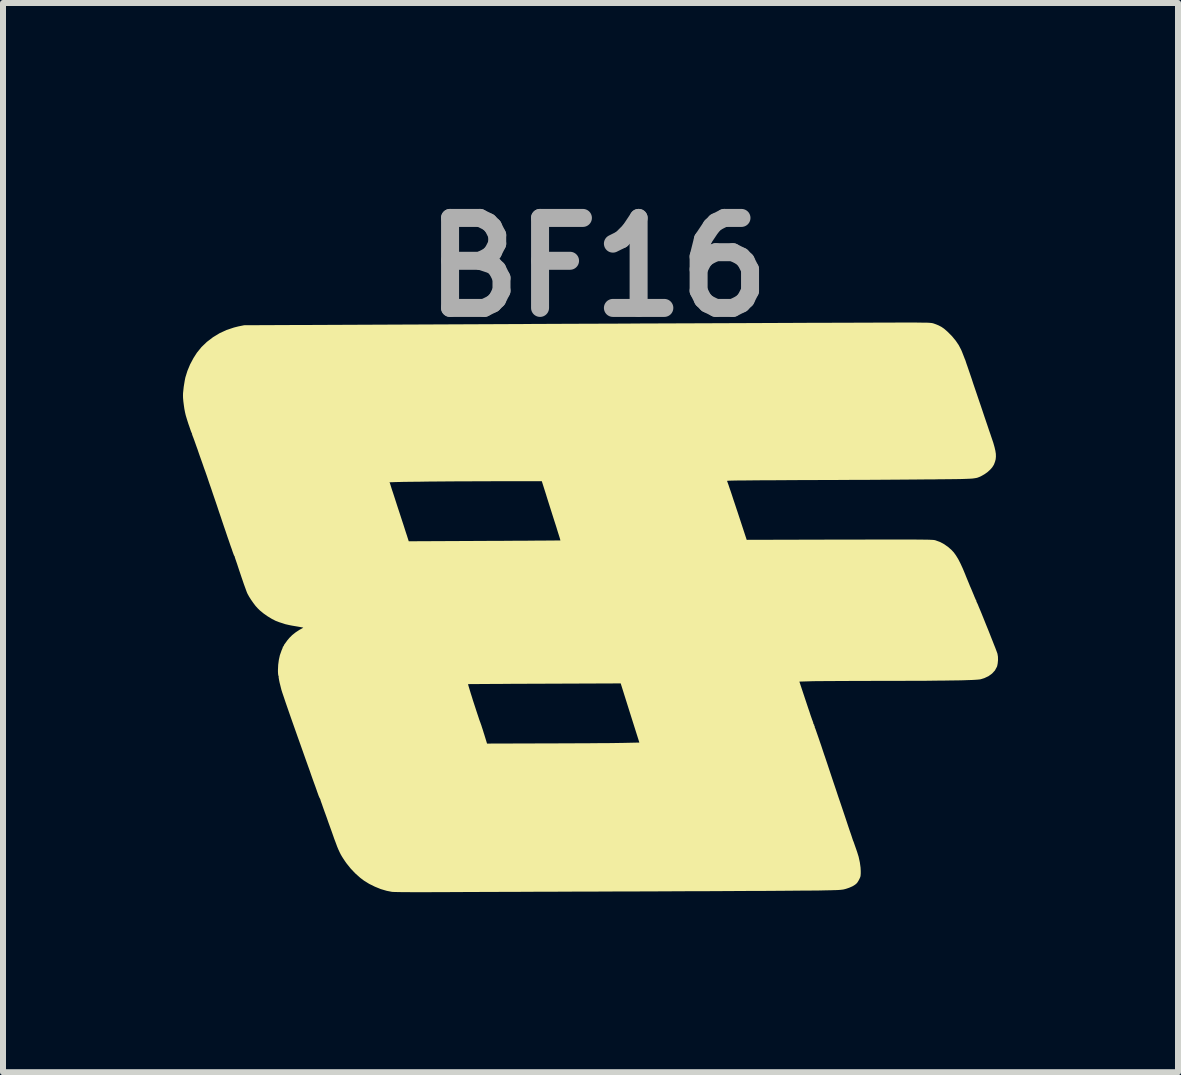
<source format=kicad_pcb>
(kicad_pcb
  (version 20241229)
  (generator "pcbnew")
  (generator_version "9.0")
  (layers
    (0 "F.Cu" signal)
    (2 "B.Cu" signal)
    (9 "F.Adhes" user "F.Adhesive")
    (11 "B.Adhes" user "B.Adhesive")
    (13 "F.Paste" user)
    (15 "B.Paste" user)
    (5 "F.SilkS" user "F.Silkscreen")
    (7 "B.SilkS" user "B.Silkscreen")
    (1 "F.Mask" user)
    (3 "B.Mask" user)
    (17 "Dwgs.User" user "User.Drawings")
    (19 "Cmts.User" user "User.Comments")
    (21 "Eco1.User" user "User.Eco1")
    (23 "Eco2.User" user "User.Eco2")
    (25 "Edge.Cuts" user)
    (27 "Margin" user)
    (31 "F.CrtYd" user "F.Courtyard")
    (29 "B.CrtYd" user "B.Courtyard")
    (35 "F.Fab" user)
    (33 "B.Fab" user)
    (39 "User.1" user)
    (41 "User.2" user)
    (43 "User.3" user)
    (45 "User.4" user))
  (footprint "BF16"
    (layer "F.Cu")
    (at 6.926 7.204)
    (property "Reference" "BF16" (at -0.01 -5.8 0) (layer "F.Fab") (effects (font (size 1.5 1.5) (thickness 0.3))))
    (attr board_only exclude_from_pos_files exclude_from_bom)
    (fp_poly (pts (xy 5.245 -4.878) (xy 5.266 -4.878) (xy 5.341 -4.877) (xy 5.402 -4.876) (xy 5.451 -4.876) (xy 5.489 -4.875) (xy 5.519 -4.873) (xy 5.542 -4.871) (xy 5.56 -4.869) (xy 5.575 -4.865) (xy 5.59 -4.861) (xy 5.605 -4.855) (xy 5.609 -4.854) (xy 5.667 -4.831) (xy 5.715 -4.806) (xy 5.759 -4.776) (xy 5.805 -4.736) (xy 5.821 -4.722) (xy 5.895 -4.647) (xy 5.955 -4.574) (xy 6.005 -4.5) (xy 6.045 -4.423) (xy 6.061 -4.385) (xy 6.073 -4.354) (xy 6.084 -4.326) (xy 6.091 -4.308) (xy 6.098 -4.29) (xy 6.102 -4.28) (xy 6.102 -4.279) (xy 6.106 -4.269) (xy 6.109 -4.263) (xy 6.113 -4.254) (xy 6.121 -4.23) (xy 6.133 -4.193) (xy 6.15 -4.145) (xy 6.17 -4.086) (xy 6.193 -4.019) (xy 6.219 -3.943) (xy 6.246 -3.86) (xy 6.276 -3.772) (xy 6.305 -3.687) (xy 6.338 -3.589) (xy 6.371 -3.493) (xy 6.403 -3.398) (xy 6.433 -3.308) (xy 6.462 -3.223) (xy 6.488 -3.146) (xy 6.511 -3.077) (xy 6.531 -3.02) (xy 6.546 -2.975) (xy 6.553 -2.955) (xy 6.581 -2.872) (xy 6.601 -2.801) (xy 6.615 -2.741) (xy 6.623 -2.689) (xy 6.624 -2.642) (xy 6.62 -2.599) (xy 6.609 -2.558) (xy 6.593 -2.515) (xy 6.587 -2.503) (xy 6.563 -2.465) (xy 6.528 -2.425) (xy 6.484 -2.385) (xy 6.436 -2.351) (xy 6.398 -2.329) (xy 6.378 -2.318) (xy 6.36 -2.309) (xy 6.342 -2.302) (xy 6.325 -2.295) (xy 6.306 -2.289) (xy 6.284 -2.285) (xy 6.258 -2.281) (xy 6.228 -2.277) (xy 6.19 -2.275) (xy 6.146 -2.273) (xy 6.093 -2.271) (xy 6.029 -2.269) (xy 5.955 -2.268) (xy 5.869 -2.267) (xy 5.768 -2.266) (xy 5.653 -2.265) (xy 5.623 -2.264) (xy 5.546 -2.263) (xy 5.454 -2.263) (xy 5.348 -2.262) (xy 5.231 -2.261) (xy 5.102 -2.26) (xy 4.964 -2.259) (xy 4.818 -2.258) (xy 4.665 -2.257) (xy 4.507 -2.256) (xy 4.345 -2.256) (xy 4.18 -2.255) (xy 4.014 -2.254) (xy 3.848 -2.253) (xy 3.683 -2.253) (xy 3.571 -2.252) (xy 3.379 -2.252) (xy 3.204 -2.251) (xy 3.043 -2.25) (xy 2.898 -2.249) (xy 2.767 -2.249) (xy 2.65 -2.248) (xy 2.546 -2.247) (xy 2.456 -2.246) (xy 2.377 -2.246) (xy 2.311 -2.245) (xy 2.257 -2.244) (xy 2.214 -2.243) (xy 2.181 -2.242) (xy 2.158 -2.241) (xy 2.146 -2.239) (xy 2.142 -2.238) (xy 2.146 -2.229) (xy 2.154 -2.206) (xy 2.167 -2.17) (xy 2.183 -2.122) (xy 2.203 -2.065) (xy 2.225 -1.999) (xy 2.249 -1.925) (xy 2.276 -1.845) (xy 2.304 -1.76) (xy 2.31 -1.743) (xy 2.47 -1.256) (xy 4.018 -1.26) (xy 4.204 -1.26) (xy 4.375 -1.26) (xy 4.531 -1.261) (xy 4.673 -1.261) (xy 4.802 -1.261) (xy 4.917 -1.261) (xy 5.021 -1.261) (xy 5.113 -1.261) (xy 5.195 -1.261) (xy 5.267 -1.261) (xy 5.33 -1.26) (xy 5.384 -1.26) (xy 5.43 -1.259) (xy 5.469 -1.259) (xy 5.502 -1.258) (xy 5.529 -1.257) (xy 5.551 -1.256) (xy 5.569 -1.255) (xy 5.583 -1.254) (xy 5.594 -1.253) (xy 5.603 -1.251) (xy 5.611 -1.249) (xy 5.618 -1.248) (xy 5.619 -1.247) (xy 5.693 -1.22) (xy 5.762 -1.183) (xy 5.831 -1.134) (xy 5.886 -1.085) (xy 5.922 -1.046) (xy 5.958 -0.996) (xy 5.995 -0.936) (xy 6.033 -0.862) (xy 6.073 -0.775) (xy 6.115 -0.674) (xy 6.121 -0.658) (xy 6.141 -0.609) (xy 6.16 -0.563) (xy 6.177 -0.522) (xy 6.19 -0.489) (xy 6.198 -0.471) (xy 6.21 -0.444) (xy 6.225 -0.408) (xy 6.242 -0.367) (xy 6.253 -0.341) (xy 6.267 -0.306) (xy 6.28 -0.276) (xy 6.29 -0.254) (xy 6.295 -0.246) (xy 6.3 -0.237) (xy 6.298 -0.235) (xy 6.298 -0.23) (xy 6.304 -0.217) (xy 6.31 -0.205) (xy 6.322 -0.18) (xy 6.337 -0.142) (xy 6.357 -0.095) (xy 6.38 -0.04) (xy 6.405 0.022) (xy 6.432 0.089) (xy 6.46 0.159) (xy 6.489 0.23) (xy 6.517 0.3) (xy 6.544 0.369) (xy 6.57 0.434) (xy 6.593 0.493) (xy 6.614 0.545) (xy 6.63 0.588) (xy 6.642 0.62) (xy 6.649 0.64) (xy 6.65 0.644) (xy 6.658 0.693) (xy 6.659 0.748) (xy 6.654 0.802) (xy 6.645 0.848) (xy 6.639 0.863) (xy 6.607 0.922) (xy 6.56 0.973) (xy 6.501 1.016) (xy 6.431 1.049) (xy 6.37 1.068) (xy 6.35 1.071) (xy 6.319 1.074) (xy 6.277 1.077) (xy 6.223 1.08) (xy 6.156 1.082) (xy 6.077 1.085) (xy 5.985 1.087) (xy 5.881 1.088) (xy 5.762 1.09) (xy 5.63 1.091) (xy 5.483 1.093) (xy 5.322 1.094) (xy 5.146 1.094) (xy 4.954 1.095) (xy 4.747 1.095) (xy 4.579 1.095) (xy 4.456 1.096) (xy 4.335 1.096) (xy 4.217 1.096) (xy 4.104 1.097) (xy 3.996 1.097) (xy 3.896 1.098) (xy 3.804 1.098) (xy 3.721 1.099) (xy 3.65 1.099) (xy 3.591 1.1) (xy 3.546 1.101) (xy 3.518 1.102) (xy 3.348 1.107) (xy 3.452 1.42) (xy 3.475 1.489) (xy 3.496 1.552) (xy 3.516 1.61) (xy 3.532 1.66) (xy 3.546 1.7) (xy 3.556 1.728) (xy 3.561 1.744) (xy 3.562 1.746) (xy 3.568 1.76) (xy 3.569 1.764) (xy 3.573 1.774) (xy 3.577 1.785) (xy 3.577 1.786) (xy 3.581 1.8) (xy 3.581 1.801) (xy 3.582 1.813) (xy 3.587 1.819) (xy 3.59 1.819) (xy 3.595 1.825) (xy 3.594 1.831) (xy 3.595 1.842) (xy 3.598 1.843) (xy 3.604 1.849) (xy 3.603 1.855) (xy 3.602 1.867) (xy 3.605 1.869) (xy 3.608 1.877) (xy 3.617 1.899) (xy 3.629 1.934) (xy 3.645 1.98) (xy 3.665 2.037) (xy 3.687 2.102) (xy 3.712 2.174) (xy 3.738 2.253) (xy 3.766 2.337) (xy 3.77 2.347) (xy 3.818 2.49) (xy 3.864 2.629) (xy 3.909 2.764) (xy 3.953 2.894) (xy 3.994 3.018) (xy 4.034 3.135) (xy 4.071 3.245) (xy 4.105 3.346) (xy 4.136 3.439) (xy 4.163 3.521) (xy 4.187 3.592) (xy 4.208 3.652) (xy 4.224 3.7) (xy 4.235 3.734) (xy 4.242 3.754) (xy 4.244 3.76) (xy 4.25 3.773) (xy 4.251 3.776) (xy 4.255 3.786) (xy 4.257 3.792) (xy 4.262 3.807) (xy 4.27 3.83) (xy 4.274 3.841) (xy 4.283 3.867) (xy 4.295 3.901) (xy 4.307 3.936) (xy 4.308 3.938) (xy 4.336 4.028) (xy 4.356 4.12) (xy 4.368 4.207) (xy 4.371 4.264) (xy 4.371 4.304) (xy 4.369 4.333) (xy 4.366 4.355) (xy 4.359 4.375) (xy 4.349 4.396) (xy 4.334 4.425) (xy 4.317 4.452) (xy 4.307 4.466) (xy 4.277 4.492) (xy 4.233 4.519) (xy 4.178 4.543) (xy 4.128 4.56) (xy 4.11 4.565) (xy 4.094 4.569) (xy 4.077 4.573) (xy 4.058 4.575) (xy 4.035 4.578) (xy 4.006 4.58) (xy 3.97 4.582) (xy 3.925 4.583) (xy 3.869 4.585) (xy 3.801 4.586) (xy 3.718 4.588) (xy 3.707 4.588) (xy 3.671 4.589) (xy 3.619 4.589) (xy 3.552 4.59) (xy 3.471 4.591) (xy 3.377 4.591) (xy 3.271 4.592) (xy 3.152 4.593) (xy 3.023 4.594) (xy 2.883 4.595) (xy 2.733 4.596) (xy 2.574 4.596) (xy 2.407 4.597) (xy 2.233 4.598) (xy 2.051 4.599) (xy 1.864 4.6) (xy 1.671 4.601) (xy 1.474 4.601) (xy 1.273 4.602) (xy 1.069 4.603) (xy 0.862 4.604) (xy 0.788 4.604) (xy 0.574 4.605) (xy 0.36 4.605) (xy 0.147 4.606) (xy -0.066 4.607) (xy -0.276 4.607) (xy -0.484 4.608) (xy -0.688 4.609) (xy -0.887 4.61) (xy -1.081 4.61) (xy -1.268 4.611) (xy -1.447 4.612) (xy -1.619 4.612) (xy -1.781 4.613) (xy -1.933 4.613) (xy -2.075 4.614) (xy -2.204 4.614) (xy -2.321 4.615) (xy -2.424 4.615) (xy -2.513 4.616) (xy -2.582 4.616) (xy -2.701 4.616) (xy -2.815 4.617) (xy -2.923 4.617) (xy -3.024 4.617) (xy -3.117 4.617) (xy -3.2 4.616) (xy -3.273 4.616) (xy -3.334 4.615) (xy -3.383 4.614) (xy -3.418 4.613) (xy -3.437 4.612) (xy -3.44 4.612) (xy -3.532 4.594) (xy -3.63 4.565) (xy -3.728 4.525) (xy -3.823 4.478) (xy -3.91 4.424) (xy -3.971 4.378) (xy -4.055 4.303) (xy -4.13 4.224) (xy -4.2 4.137) (xy -4.226 4.1) (xy -4.252 4.061) (xy -4.275 4.025) (xy -4.296 3.989) (xy -4.315 3.951) (xy -4.335 3.908) (xy -4.356 3.858) (xy -4.378 3.798) (xy -4.405 3.727) (xy -4.422 3.678) (xy -4.446 3.61) (xy -4.474 3.532) (xy -4.503 3.452) (xy -4.53 3.374) (xy -4.555 3.305) (xy -4.561 3.289) (xy -4.58 3.236) (xy -4.597 3.188) (xy -4.611 3.147) (xy -4.623 3.115) (xy -4.63 3.094) (xy -4.632 3.088) (xy -4.635 3.077) (xy -4.635 3.075) (xy -4.638 3.068) (xy -4.645 3.053) (xy -4.654 3.037) (xy -4.657 3.029) (xy -4.661 3.019) (xy -4.664 3.013) (xy -4.665 3.01) (xy -4.667 3.005) (xy -4.67 2.997) (xy -4.674 2.985) (xy -4.68 2.968) (xy -4.688 2.947) (xy -4.697 2.92) (xy -4.709 2.886) (xy -4.724 2.844) (xy -4.742 2.795) (xy -4.763 2.737) (xy -4.787 2.669) (xy -4.814 2.591) (xy -4.846 2.502) (xy -4.882 2.401) (xy -4.922 2.288) (xy -4.967 2.161) (xy -5.017 2.021) (xy -5.068 1.876) (xy -5.101 1.783) (xy -5.133 1.692) (xy -5.163 1.606) (xy -5.191 1.525) (xy -5.217 1.45) (xy -5.239 1.384) (xy -5.258 1.328) (xy -5.273 1.284) (xy -5.283 1.252) (xy -5.287 1.238) (xy -5.301 1.182) (xy -5.309 1.149) (xy -2.174 1.149) (xy -2.173 1.157) (xy -2.167 1.179) (xy -2.157 1.212) (xy -2.144 1.255) (xy -2.129 1.305) (xy -2.111 1.361) (xy -2.093 1.42) (xy -2.073 1.481) (xy -2.053 1.542) (xy -2.034 1.601) (xy -2.016 1.655) (xy -2 1.703) (xy -1.987 1.743) (xy -1.976 1.773) (xy -1.969 1.791) (xy -1.964 1.806) (xy -1.954 1.833) (xy -1.942 1.871) (xy -1.927 1.916) (xy -1.912 1.966) (xy -1.908 1.977) (xy -1.858 2.14) (xy -0.866 2.137) (xy -0.734 2.137) (xy -0.603 2.136) (xy -0.473 2.136) (xy -0.346 2.135) (xy -0.224 2.135) (xy -0.108 2.134) (xy 0.000415 2.133) (xy 0.1 2.133) (xy 0.19 2.132) (xy 0.269 2.131) (xy 0.334 2.13) (xy 0.386 2.129) (xy 0.403 2.129) (xy 0.681 2.123) (xy 0.525 1.63) (xy 0.37 1.137) (xy -0.901 1.142) (xy -1.043 1.143) (xy -1.181 1.143) (xy -1.314 1.144) (xy -1.44 1.144) (xy -1.56 1.145) (xy -1.671 1.146) (xy -1.774 1.146) (xy -1.867 1.147) (xy -1.949 1.147) (xy -2.02 1.148) (xy -2.079 1.148) (xy -2.124 1.148) (xy -2.156 1.149) (xy -2.172 1.149) (xy -2.174 1.149) (xy -5.309 1.149) (xy -5.314 1.131) (xy -5.323 1.088) (xy -5.329 1.053) (xy -5.332 1.031) (xy -5.331 1.023) (xy -5.332 1.013) (xy -5.335 1.011) (xy -5.338 1.001) (xy -5.341 0.977) (xy -5.343 0.943) (xy -5.343 0.91) (xy -5.339 0.826) (xy -5.328 0.744) (xy -5.311 0.667) (xy -5.288 0.602) (xy -5.286 0.595) (xy -5.274 0.567) (xy -5.265 0.545) (xy -5.262 0.531) (xy -5.262 0.531) (xy -5.257 0.521) (xy -5.254 0.52) (xy -5.246 0.513) (xy -5.246 0.508) (xy -5.24 0.492) (xy -5.235 0.486) (xy -5.226 0.474) (xy -5.211 0.453) (xy -5.193 0.428) (xy -5.193 0.427) (xy -5.154 0.38) (xy -5.105 0.331) (xy -5.047 0.285) (xy -4.986 0.245) (xy -4.955 0.228) (xy -4.935 0.217) (xy -4.923 0.209) (xy -4.922 0.207) (xy -4.931 0.205) (xy -4.953 0.201) (xy -4.985 0.195) (xy -5.025 0.188) (xy -5.055 0.183) (xy -5.103 0.175) (xy -5.149 0.166) (xy -5.189 0.157) (xy -5.22 0.15) (xy -5.229 0.147) (xy -5.265 0.135) (xy -5.303 0.123) (xy -5.319 0.118) (xy -5.38 0.095) (xy -5.446 0.061) (xy -5.515 0.019) (xy -5.582 -0.028) (xy -5.643 -0.078) (xy -5.681 -0.115) (xy -5.717 -0.155) (xy -5.754 -0.204) (xy -5.791 -0.257) (xy -5.824 -0.309) (xy -5.85 -0.356) (xy -5.857 -0.371) (xy -5.865 -0.391) (xy -5.877 -0.424) (xy -5.893 -0.468) (xy -5.912 -0.52) (xy -5.932 -0.579) (xy -5.954 -0.643) (xy -5.969 -0.688) (xy -5.99 -0.75) (xy -6.009 -0.808) (xy -6.026 -0.86) (xy -6.041 -0.903) (xy -6.052 -0.935) (xy -6.059 -0.956) (xy -6.061 -0.962) (xy -6.064 -0.977) (xy -6.064 -0.978) (xy -6.07 -0.988) (xy -6.072 -0.99) (xy -6.076 -0.998) (xy -6.085 -1.021) (xy -6.098 -1.056) (xy -6.114 -1.104) (xy -6.135 -1.162) (xy -6.158 -1.23) (xy -6.185 -1.307) (xy -6.213 -1.391) (xy -6.244 -1.481) (xy -6.276 -1.576) (xy -6.293 -1.628) (xy -6.328 -1.73) (xy -6.361 -1.83) (xy -6.394 -1.927) (xy -6.426 -2.02) (xy -6.455 -2.107) (xy -6.483 -2.187) (xy -6.492 -2.213) (xy -3.484 -2.213) (xy -3.477 -2.201) (xy -3.476 -2.199) (xy -3.476 -2.197) (xy -3.476 -2.196) (xy -3.475 -2.194) (xy -3.474 -2.19) (xy -3.471 -2.182) (xy -3.467 -2.169) (xy -3.461 -2.15) (xy -3.453 -2.124) (xy -3.442 -2.089) (xy -3.427 -2.045) (xy -3.409 -1.99) (xy -3.387 -1.922) (xy -3.361 -1.841) (xy -3.343 -1.786) (xy -3.317 -1.707) (xy -3.292 -1.63) (xy -3.268 -1.557) (xy -3.246 -1.49) (xy -3.227 -1.43) (xy -3.211 -1.38) (xy -3.198 -1.341) (xy -3.19 -1.317) (xy -3.19 -1.316) (xy -3.163 -1.232) (xy -1.9 -1.238) (xy -1.758 -1.239) (xy -1.621 -1.239) (xy -1.489 -1.24) (xy -1.363 -1.241) (xy -1.244 -1.241) (xy -1.133 -1.242) (xy -1.031 -1.243) (xy -0.939 -1.243) (xy -0.857 -1.244) (xy -0.787 -1.244) (xy -0.729 -1.245) (xy -0.684 -1.245) (xy -0.653 -1.246) (xy -0.637 -1.246) (xy -0.635 -1.246) (xy -0.637 -1.254) (xy -0.643 -1.276) (xy -0.653 -1.309) (xy -0.667 -1.353) (xy -0.683 -1.404) (xy -0.701 -1.463) (xy -0.715 -1.507) (xy -0.74 -1.584) (xy -0.767 -1.669) (xy -0.795 -1.758) (xy -0.823 -1.846) (xy -0.849 -1.928) (xy -0.871 -1.999) (xy -0.871 -2) (xy -0.945 -2.233) (xy -1.457 -2.233) (xy -1.607 -2.233) (xy -1.757 -2.233) (xy -1.906 -2.232) (xy -2.053 -2.232) (xy -2.199 -2.231) (xy -2.34 -2.231) (xy -2.478 -2.23) (xy -2.61 -2.229) (xy -2.736 -2.228) (xy -2.856 -2.227) (xy -2.968 -2.225) (xy -3.071 -2.224) (xy -3.165 -2.223) (xy -3.248 -2.222) (xy -3.321 -2.22) (xy -3.381 -2.219) (xy -3.428 -2.217) (xy -3.462 -2.216) (xy -3.48 -2.215) (xy -3.484 -2.213) (xy -6.492 -2.213) (xy -6.507 -2.258) (xy -6.527 -2.318) (xy -6.544 -2.366) (xy -6.556 -2.401) (xy -6.559 -2.408) (xy -6.577 -2.458) (xy -6.598 -2.519) (xy -6.622 -2.587) (xy -6.647 -2.657) (xy -6.671 -2.726) (xy -6.684 -2.765) (xy -6.704 -2.82) (xy -6.722 -2.871) (xy -6.738 -2.916) (xy -6.751 -2.951) (xy -6.76 -2.975) (xy -6.765 -2.986) (xy -6.766 -2.986) (xy -6.77 -2.995) (xy -6.768 -2.996) (xy -6.767 -3.001) (xy -6.772 -3.009) (xy -6.778 -3.018) (xy -6.776 -3.021) (xy -6.775 -3.026) (xy -6.778 -3.031) (xy -6.784 -3.043) (xy -6.794 -3.068) (xy -6.806 -3.102) (xy -6.82 -3.144) (xy -6.836 -3.189) (xy -6.851 -3.236) (xy -6.865 -3.281) (xy -6.877 -3.321) (xy -6.881 -3.335) (xy -6.892 -3.382) (xy -6.903 -3.439) (xy -6.912 -3.502) (xy -6.92 -3.564) (xy -6.925 -3.621) (xy -6.926 -3.663) (xy -6.925 -3.7) (xy -6.92 -3.749) (xy -6.914 -3.805) (xy -6.905 -3.861) (xy -6.896 -3.915) (xy -6.887 -3.96) (xy -6.885 -3.967) (xy -6.852 -4.073) (xy -6.807 -4.181) (xy -6.751 -4.286) (xy -6.694 -4.375) (xy -6.617 -4.47) (xy -6.527 -4.556) (xy -6.426 -4.633) (xy -6.316 -4.7) (xy -6.199 -4.754) (xy -6.076 -4.795) (xy -6.005 -4.813) (xy -5.907 -4.833) (xy -0.463 -4.857) (xy -0.164 -4.858) (xy 0.132 -4.859) (xy 0.424 -4.86) (xy 0.711 -4.862) (xy 0.995 -4.863) (xy 1.273 -4.864) (xy 1.545 -4.865) (xy 1.812 -4.866) (xy 2.072 -4.867) (xy 2.326 -4.868) (xy 2.572 -4.869) (xy 2.811 -4.87) (xy 3.041 -4.871) (xy 3.263 -4.872) (xy 3.475 -4.873) (xy 3.678 -4.873) (xy 3.871 -4.874) (xy 4.054 -4.875) (xy 4.225 -4.875) (xy 4.386 -4.876) (xy 4.534 -4.876) (xy 4.671 -4.877) (xy 4.794 -4.877) (xy 4.905 -4.877) (xy 5.002 -4.878) (xy 5.085 -4.878) (xy 5.153 -4.878) (xy 5.207 -4.878)) (stroke (width 0) (type solid)) (fill yes) (layer "F.SilkS")))
  (gr_rect
    (start -3 -3)
    (end 16.585 14.821)
    (stroke (width 0.1) (type default))
    (fill no)
    (layer "Edge.Cuts")))
</source>
